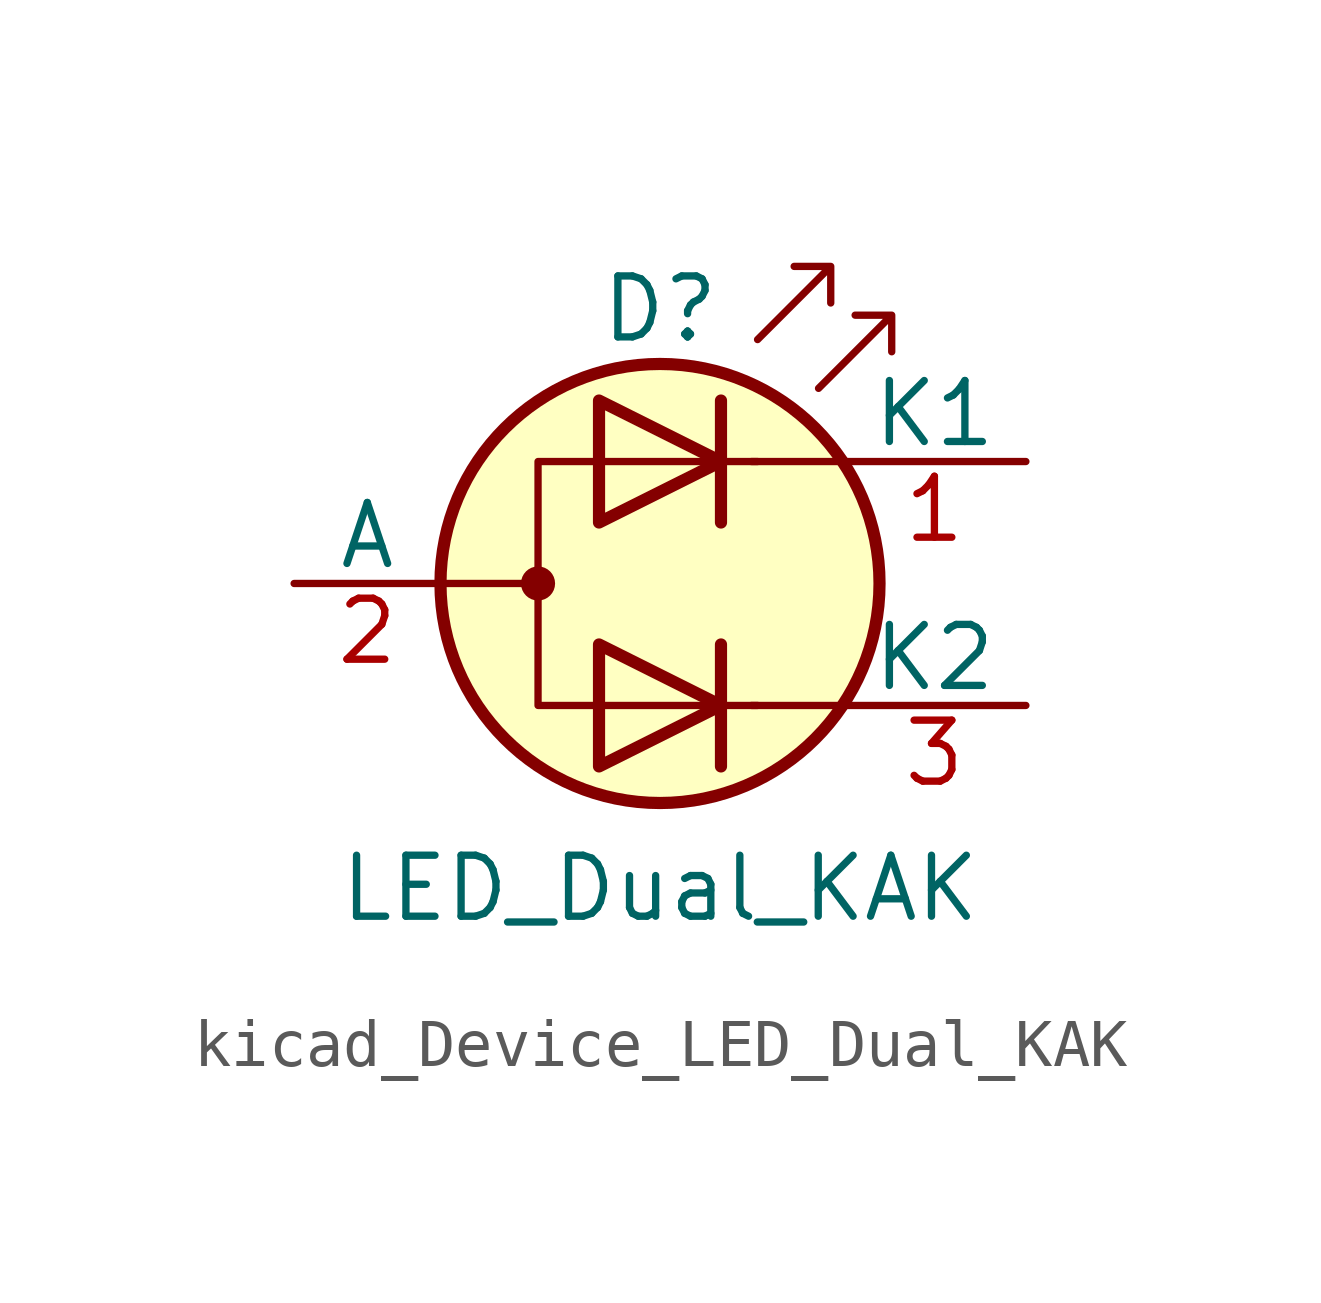
<source format=kicad_sym>
(kicad_symbol_lib
  (version 20220914)
  (generator kicad_symbol_editor)
  (symbol "kicad_Device_LED_Dual_KAK"
    (pin_names
      (offset 0))
    (property "Reference" "D"
      (at 0 5.715 0)
      (effects (font (size 1.27 1.27))))
    (property "Value" "LED_Dual_KAK"
      (at 0 -6.35 0)
      (effects (font (size 1.27 1.27))))
    (symbol "kicad_Device_LED_Dual_KAK_0_1"
      (circle (center -2.54 0) (radius 0.279) (stroke (width 0) (type default)) (fill (type outline)))
      (polyline (pts (xy -4.572 0) (xy -2.54 0)) (stroke (width 0) (type default)) (fill (type none)))
      (polyline (pts (xy 1.27 -1.27) (xy 1.27 -3.81)) (stroke (width 0.254) (type default)) (fill (type none)))
      (polyline (pts (xy 1.27 3.81) (xy 1.27 1.27)) (stroke (width 0.254) (type default)) (fill (type none)))
      (polyline (pts (xy 3.81 -2.54) (xy 1.905 -2.54)) (stroke (width 0) (type default)) (fill (type none)))
      (polyline (pts (xy 3.81 2.54) (xy 1.905 2.54)) (stroke (width 0) (type default)) (fill (type none)))
      (polyline (pts (xy -1.27 -1.27) (xy -1.27 -3.81) (xy 1.27 -2.54) (xy -1.27 -1.27)) (stroke (width 0.254) (type default)) (fill (type none)))
      (polyline (pts (xy -1.27 3.81) (xy -1.27 1.27) (xy 1.27 2.54) (xy -1.27 3.81)) (stroke (width 0.254) (type default)) (fill (type none)))
      (polyline (pts (xy 2.032 2.54) (xy -2.54 2.54) (xy -2.54 -2.54) (xy 2.032 -2.54)) (stroke (width 0) (type default)) (fill (type none)))
      (polyline (pts (xy 2.032 5.08) (xy 3.556 6.604) (xy 2.794 6.604) (xy 3.556 6.604) (xy 3.556 5.842)) (stroke (width 0) (type default)) (fill (type none)))
      (polyline (pts (xy 3.302 4.064) (xy 4.826 5.588) (xy 4.064 5.588) (xy 4.826 5.588) (xy 4.826 4.826)) (stroke (width 0) (type default)) (fill (type none)))
      (circle (center 0 0) (radius 4.572) (stroke (width 0.254) (type default)) (fill (type background))))
    (symbol "kicad_Device_LED_Dual_KAK_1_1"
      (pin input line (at 7.62 2.54 180) (length 3.81) (name "K1" (effects (font (size 1.27 1.27)))) (number "1" (effects (font (size 1.27 1.27)))))
      (pin input line (at -7.62 0 0) (length 3.048) (name "A" (effects (font (size 1.27 1.27)))) (number "2" (effects (font (size 1.27 1.27)))))
      (pin input line (at 7.62 -2.54 180) (length 3.81) (name "K2" (effects (font (size 1.27 1.27)))) (number "3" (effects (font (size 1.27 1.27))))))))
</source>
